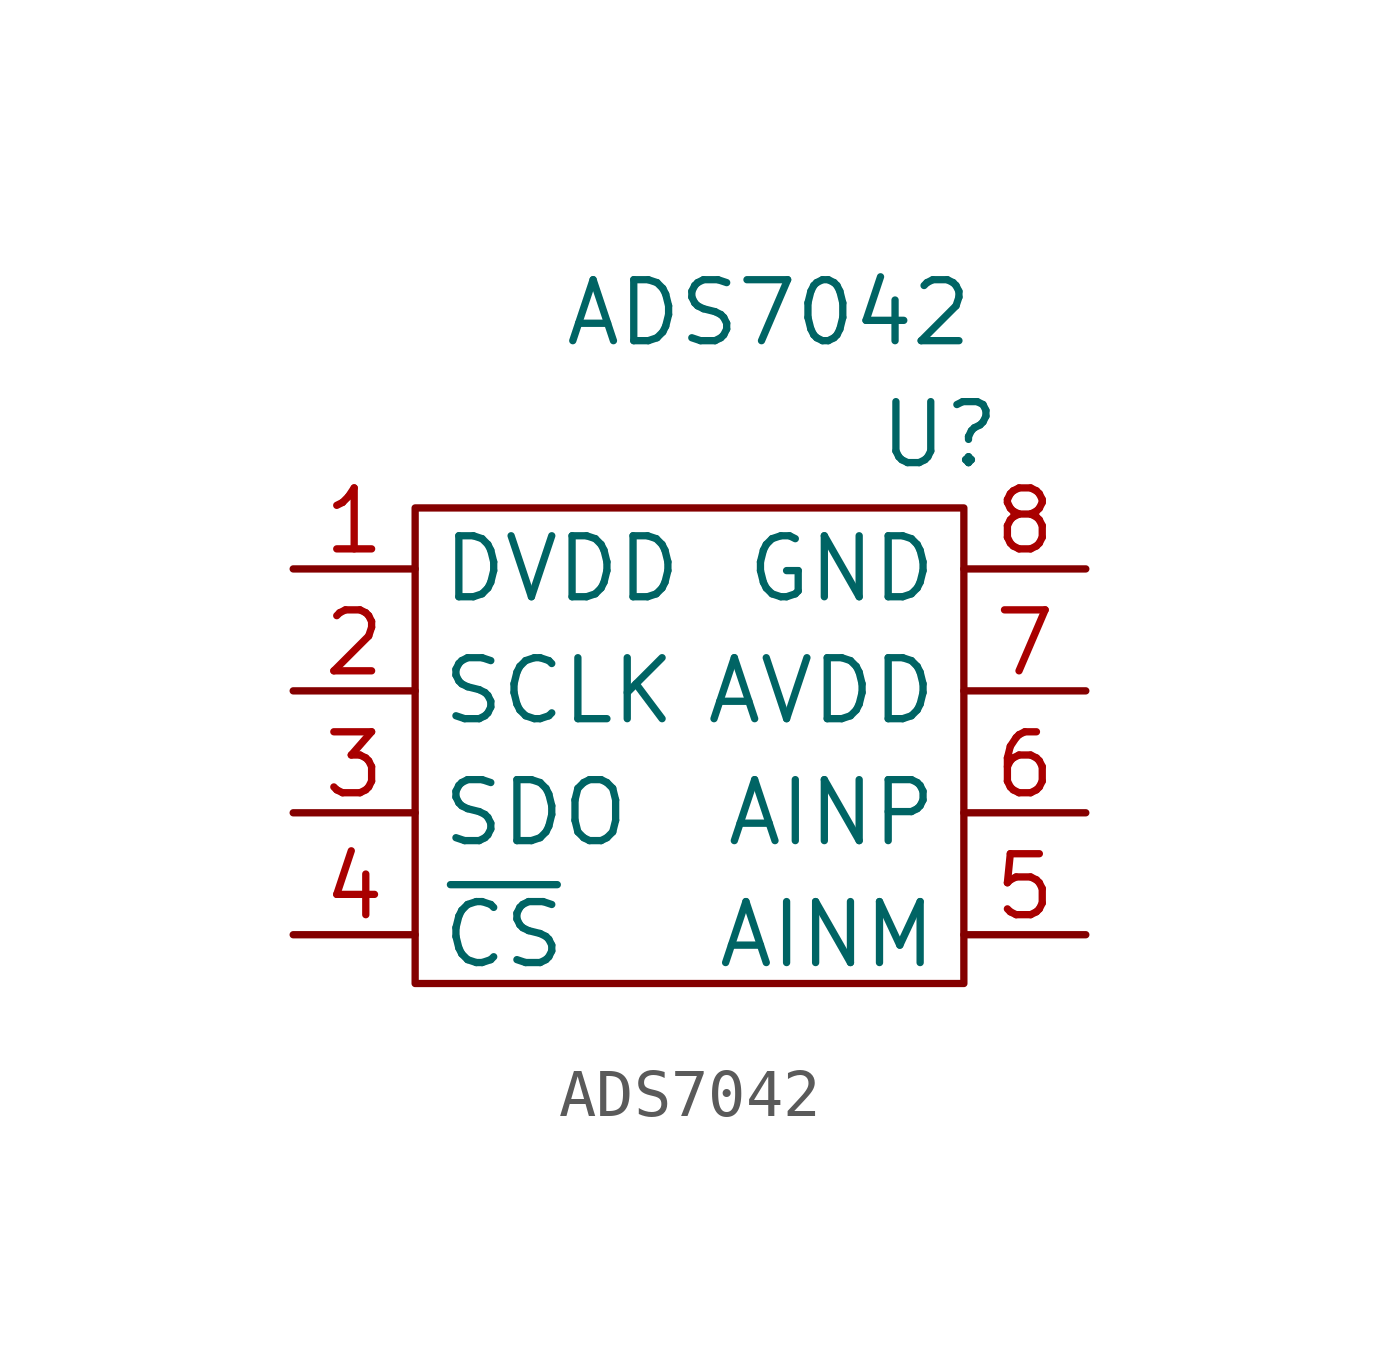
<source format=kicad_sym>
(kicad_symbol_lib
  (version 20231120)
  (generator "kicad_symbol_editor")
  (generator_version "8.0")
  (symbol "ADS7042"
    (property "Reference" "U"
      (at 10.922 1.524 0)
      (effects (font (size 1.27 1.27))))
    (property "Value" "ADS7042"
      (at 7.366 4.064 0)
      (effects (font (size 1.27 1.27))))
    (symbol "ADS7042_0_1"
      (rectangle (start 0 0) (end 11.43 -9.906) (stroke (width 0) (type default)) (fill (type none))))
    (symbol "ADS7042_1_1"
      (pin input line (at -2.54 -1.27 0) (length 2.54) (name "DVDD" (effects (font (size 1.27 1.27)))) (number "1" (effects (font (size 1.27 1.27)))))
      (pin input line (at -2.54 -3.81 0) (length 2.54) (name "SCLK" (effects (font (size 1.27 1.27)))) (number "2" (effects (font (size 1.27 1.27)))))
      (pin input line (at -2.54 -6.35 0) (length 2.54) (name "SDO" (effects (font (size 1.27 1.27)))) (number "3" (effects (font (size 1.27 1.27)))))
      (pin input line (at -2.54 -8.89 0) (length 2.54) (name "~{CS}" (effects (font (size 1.27 1.27)))) (number "4" (effects (font (size 1.27 1.27)))))
      (pin input line (at 13.97 -8.89 180) (length 2.54) (name "AINM" (effects (font (size 1.27 1.27)))) (number "5" (effects (font (size 1.27 1.27)))))
      (pin input line (at 13.97 -6.35 180) (length 2.54) (name "AINP" (effects (font (size 1.27 1.27)))) (number "6" (effects (font (size 1.27 1.27)))))
      (pin input line (at 13.97 -3.81 180) (length 2.54) (name "AVDD" (effects (font (size 1.27 1.27)))) (number "7" (effects (font (size 1.27 1.27)))))
      (pin input line (at 13.97 -1.27 180) (length 2.54) (name "GND" (effects (font (size 1.27 1.27)))) (number "8" (effects (font (size 1.27 1.27))))))))
</source>
